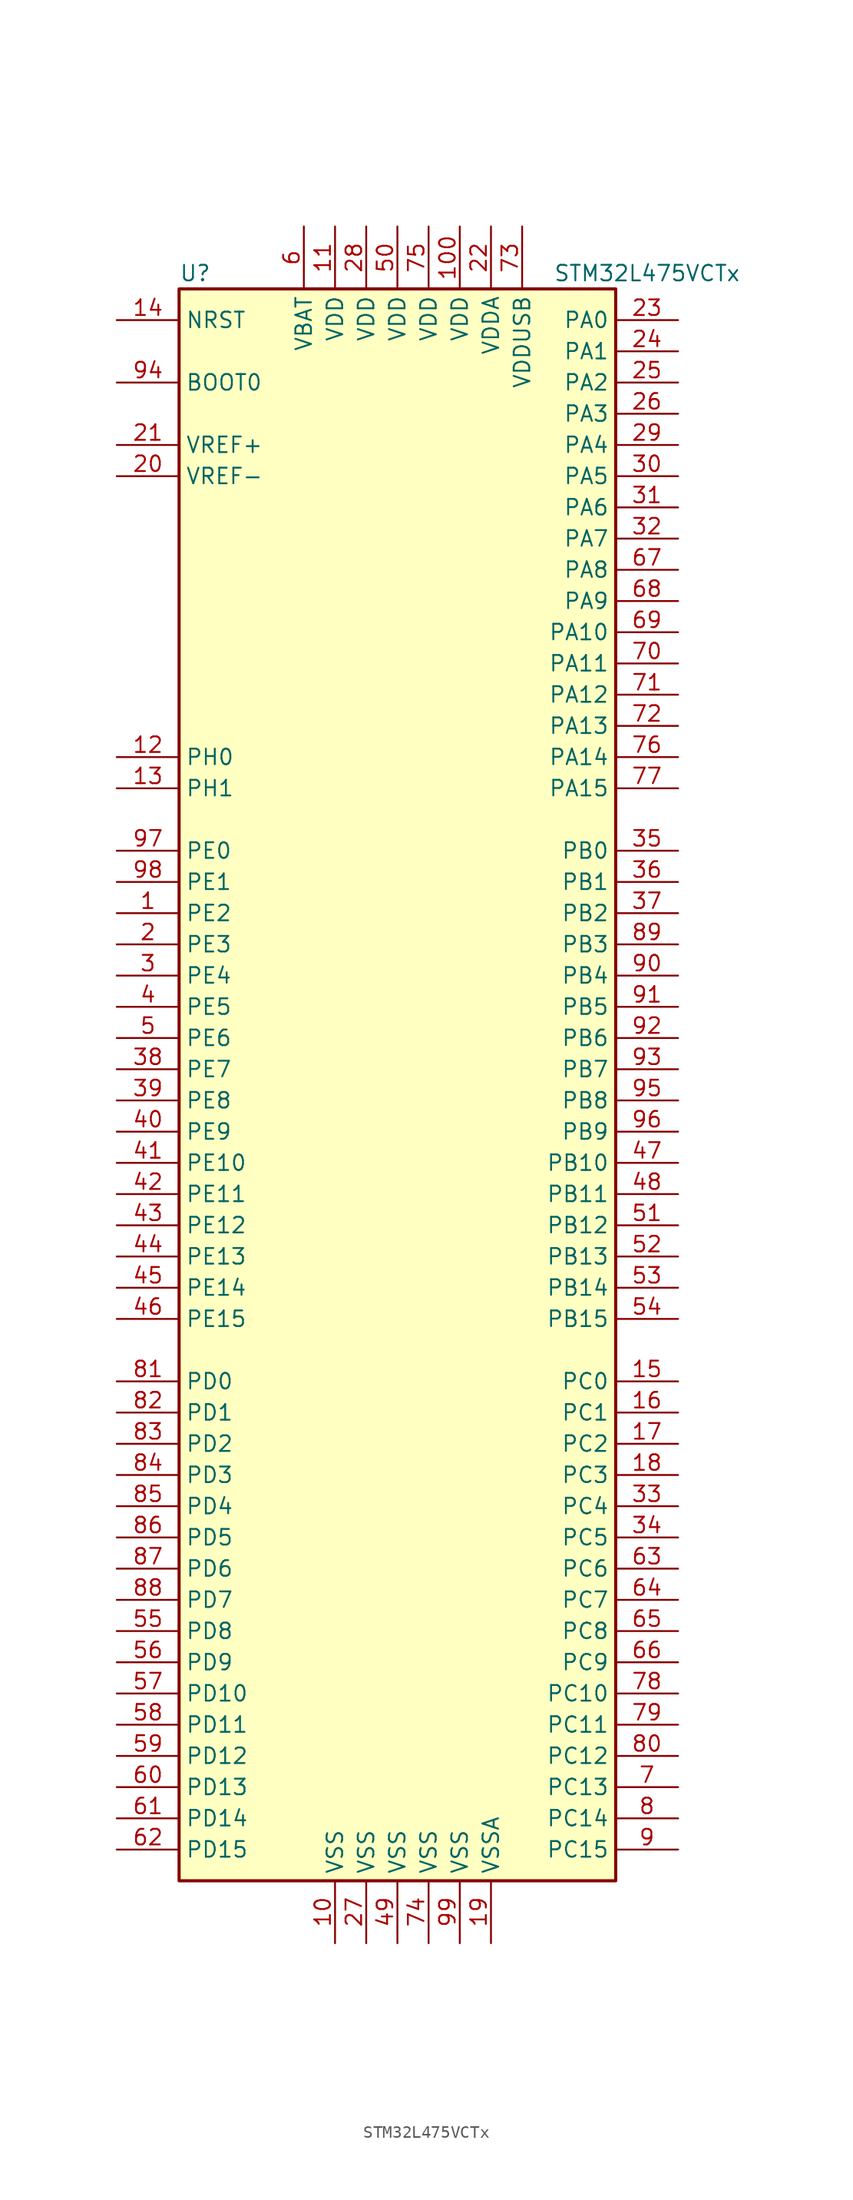
<source format=kicad_sym>
(kicad_symbol_lib
  (version 20201005)
  (generator kicad_symbol_editor)
  (symbol "STM32L475VCTx"
    (property "Reference" "U"
      (at -17.78 64.77 0)
      (effects (font (size 1.27 1.27)) (justify left)))
    (property "Value" "STM32L475VCTx"
      (at 12.7 64.77 0)
      (effects (font (size 1.27 1.27)) (justify left)))
    (symbol "STM32L475VCTx_0_1"
      (rectangle (start -17.78 -66.04) (end 17.78 63.5) (stroke (width 0.254)) (fill (type background))))
    (symbol "STM32L475VCTx_1_1"
      (pin bidirectional line (at -22.86 12.7 0) (length 5.08) (name "PE2" (effects (font (size 1.27 1.27)))) (number "1" (effects (font (size 1.27 1.27)))))
      (pin power_in line (at -5.08 -71.12 90) (length 5.08) (name "VSS" (effects (font (size 1.27 1.27)))) (number "10" (effects (font (size 1.27 1.27)))))
      (pin power_in line (at 5.08 68.58 270) (length 5.08) (name "VDD" (effects (font (size 1.27 1.27)))) (number "100" (effects (font (size 1.27 1.27)))))
      (pin power_in line (at -5.08 68.58 270) (length 5.08) (name "VDD" (effects (font (size 1.27 1.27)))) (number "11" (effects (font (size 1.27 1.27)))))
      (pin input line (at -22.86 25.4 0) (length 5.08) (name "PH0" (effects (font (size 1.27 1.27)))) (number "12" (effects (font (size 1.27 1.27)))))
      (pin input line (at -22.86 22.86 0) (length 5.08) (name "PH1" (effects (font (size 1.27 1.27)))) (number "13" (effects (font (size 1.27 1.27)))))
      (pin input line (at -22.86 60.96 0) (length 5.08) (name "NRST" (effects (font (size 1.27 1.27)))) (number "14" (effects (font (size 1.27 1.27)))))
      (pin bidirectional line (at 22.86 -25.4 180) (length 5.08) (name "PC0" (effects (font (size 1.27 1.27)))) (number "15" (effects (font (size 1.27 1.27)))))
      (pin bidirectional line (at 22.86 -27.94 180) (length 5.08) (name "PC1" (effects (font (size 1.27 1.27)))) (number "16" (effects (font (size 1.27 1.27)))))
      (pin bidirectional line (at 22.86 -30.48 180) (length 5.08) (name "PC2" (effects (font (size 1.27 1.27)))) (number "17" (effects (font (size 1.27 1.27)))))
      (pin bidirectional line (at 22.86 -33.02 180) (length 5.08) (name "PC3" (effects (font (size 1.27 1.27)))) (number "18" (effects (font (size 1.27 1.27)))))
      (pin power_in line (at 7.62 -71.12 90) (length 5.08) (name "VSSA" (effects (font (size 1.27 1.27)))) (number "19" (effects (font (size 1.27 1.27)))))
      (pin bidirectional line (at -22.86 10.16 0) (length 5.08) (name "PE3" (effects (font (size 1.27 1.27)))) (number "2" (effects (font (size 1.27 1.27)))))
      (pin power_in line (at -22.86 48.26 0) (length 5.08) (name "VREF-" (effects (font (size 1.27 1.27)))) (number "20" (effects (font (size 1.27 1.27)))))
      (pin bidirectional line (at -22.86 50.8 0) (length 5.08) (name "VREF+" (effects (font (size 1.27 1.27)))) (number "21" (effects (font (size 1.27 1.27)))))
      (pin power_in line (at 7.62 68.58 270) (length 5.08) (name "VDDA" (effects (font (size 1.27 1.27)))) (number "22" (effects (font (size 1.27 1.27)))))
      (pin bidirectional line (at 22.86 60.96 180) (length 5.08) (name "PA0" (effects (font (size 1.27 1.27)))) (number "23" (effects (font (size 1.27 1.27)))))
      (pin bidirectional line (at 22.86 58.42 180) (length 5.08) (name "PA1" (effects (font (size 1.27 1.27)))) (number "24" (effects (font (size 1.27 1.27)))))
      (pin bidirectional line (at 22.86 55.88 180) (length 5.08) (name "PA2" (effects (font (size 1.27 1.27)))) (number "25" (effects (font (size 1.27 1.27)))))
      (pin bidirectional line (at 22.86 53.34 180) (length 5.08) (name "PA3" (effects (font (size 1.27 1.27)))) (number "26" (effects (font (size 1.27 1.27)))))
      (pin power_in line (at -2.54 -71.12 90) (length 5.08) (name "VSS" (effects (font (size 1.27 1.27)))) (number "27" (effects (font (size 1.27 1.27)))))
      (pin power_in line (at -2.54 68.58 270) (length 5.08) (name "VDD" (effects (font (size 1.27 1.27)))) (number "28" (effects (font (size 1.27 1.27)))))
      (pin bidirectional line (at 22.86 50.8 180) (length 5.08) (name "PA4" (effects (font (size 1.27 1.27)))) (number "29" (effects (font (size 1.27 1.27)))))
      (pin bidirectional line (at -22.86 7.62 0) (length 5.08) (name "PE4" (effects (font (size 1.27 1.27)))) (number "3" (effects (font (size 1.27 1.27)))))
      (pin bidirectional line (at 22.86 48.26 180) (length 5.08) (name "PA5" (effects (font (size 1.27 1.27)))) (number "30" (effects (font (size 1.27 1.27)))))
      (pin bidirectional line (at 22.86 45.72 180) (length 5.08) (name "PA6" (effects (font (size 1.27 1.27)))) (number "31" (effects (font (size 1.27 1.27)))))
      (pin bidirectional line (at 22.86 43.18 180) (length 5.08) (name "PA7" (effects (font (size 1.27 1.27)))) (number "32" (effects (font (size 1.27 1.27)))))
      (pin bidirectional line (at 22.86 -35.56 180) (length 5.08) (name "PC4" (effects (font (size 1.27 1.27)))) (number "33" (effects (font (size 1.27 1.27)))))
      (pin bidirectional line (at 22.86 -38.1 180) (length 5.08) (name "PC5" (effects (font (size 1.27 1.27)))) (number "34" (effects (font (size 1.27 1.27)))))
      (pin bidirectional line (at 22.86 17.78 180) (length 5.08) (name "PB0" (effects (font (size 1.27 1.27)))) (number "35" (effects (font (size 1.27 1.27)))))
      (pin bidirectional line (at 22.86 15.24 180) (length 5.08) (name "PB1" (effects (font (size 1.27 1.27)))) (number "36" (effects (font (size 1.27 1.27)))))
      (pin bidirectional line (at 22.86 12.7 180) (length 5.08) (name "PB2" (effects (font (size 1.27 1.27)))) (number "37" (effects (font (size 1.27 1.27)))))
      (pin bidirectional line (at -22.86 0 0) (length 5.08) (name "PE7" (effects (font (size 1.27 1.27)))) (number "38" (effects (font (size 1.27 1.27)))))
      (pin bidirectional line (at -22.86 -2.54 0) (length 5.08) (name "PE8" (effects (font (size 1.27 1.27)))) (number "39" (effects (font (size 1.27 1.27)))))
      (pin bidirectional line (at -22.86 5.08 0) (length 5.08) (name "PE5" (effects (font (size 1.27 1.27)))) (number "4" (effects (font (size 1.27 1.27)))))
      (pin bidirectional line (at -22.86 -5.08 0) (length 5.08) (name "PE9" (effects (font (size 1.27 1.27)))) (number "40" (effects (font (size 1.27 1.27)))))
      (pin bidirectional line (at -22.86 -7.62 0) (length 5.08) (name "PE10" (effects (font (size 1.27 1.27)))) (number "41" (effects (font (size 1.27 1.27)))))
      (pin bidirectional line (at -22.86 -10.16 0) (length 5.08) (name "PE11" (effects (font (size 1.27 1.27)))) (number "42" (effects (font (size 1.27 1.27)))))
      (pin bidirectional line (at -22.86 -12.7 0) (length 5.08) (name "PE12" (effects (font (size 1.27 1.27)))) (number "43" (effects (font (size 1.27 1.27)))))
      (pin bidirectional line (at -22.86 -15.24 0) (length 5.08) (name "PE13" (effects (font (size 1.27 1.27)))) (number "44" (effects (font (size 1.27 1.27)))))
      (pin bidirectional line (at -22.86 -17.78 0) (length 5.08) (name "PE14" (effects (font (size 1.27 1.27)))) (number "45" (effects (font (size 1.27 1.27)))))
      (pin bidirectional line (at -22.86 -20.32 0) (length 5.08) (name "PE15" (effects (font (size 1.27 1.27)))) (number "46" (effects (font (size 1.27 1.27)))))
      (pin bidirectional line (at 22.86 -7.62 180) (length 5.08) (name "PB10" (effects (font (size 1.27 1.27)))) (number "47" (effects (font (size 1.27 1.27)))))
      (pin bidirectional line (at 22.86 -10.16 180) (length 5.08) (name "PB11" (effects (font (size 1.27 1.27)))) (number "48" (effects (font (size 1.27 1.27)))))
      (pin power_in line (at 0 -71.12 90) (length 5.08) (name "VSS" (effects (font (size 1.27 1.27)))) (number "49" (effects (font (size 1.27 1.27)))))
      (pin bidirectional line (at -22.86 2.54 0) (length 5.08) (name "PE6" (effects (font (size 1.27 1.27)))) (number "5" (effects (font (size 1.27 1.27)))))
      (pin power_in line (at 0 68.58 270) (length 5.08) (name "VDD" (effects (font (size 1.27 1.27)))) (number "50" (effects (font (size 1.27 1.27)))))
      (pin bidirectional line (at 22.86 -12.7 180) (length 5.08) (name "PB12" (effects (font (size 1.27 1.27)))) (number "51" (effects (font (size 1.27 1.27)))))
      (pin bidirectional line (at 22.86 -15.24 180) (length 5.08) (name "PB13" (effects (font (size 1.27 1.27)))) (number "52" (effects (font (size 1.27 1.27)))))
      (pin bidirectional line (at 22.86 -17.78 180) (length 5.08) (name "PB14" (effects (font (size 1.27 1.27)))) (number "53" (effects (font (size 1.27 1.27)))))
      (pin bidirectional line (at 22.86 -20.32 180) (length 5.08) (name "PB15" (effects (font (size 1.27 1.27)))) (number "54" (effects (font (size 1.27 1.27)))))
      (pin bidirectional line (at -22.86 -45.72 0) (length 5.08) (name "PD8" (effects (font (size 1.27 1.27)))) (number "55" (effects (font (size 1.27 1.27)))))
      (pin bidirectional line (at -22.86 -48.26 0) (length 5.08) (name "PD9" (effects (font (size 1.27 1.27)))) (number "56" (effects (font (size 1.27 1.27)))))
      (pin bidirectional line (at -22.86 -50.8 0) (length 5.08) (name "PD10" (effects (font (size 1.27 1.27)))) (number "57" (effects (font (size 1.27 1.27)))))
      (pin bidirectional line (at -22.86 -53.34 0) (length 5.08) (name "PD11" (effects (font (size 1.27 1.27)))) (number "58" (effects (font (size 1.27 1.27)))))
      (pin bidirectional line (at -22.86 -55.88 0) (length 5.08) (name "PD12" (effects (font (size 1.27 1.27)))) (number "59" (effects (font (size 1.27 1.27)))))
      (pin power_in line (at -7.62 68.58 270) (length 5.08) (name "VBAT" (effects (font (size 1.27 1.27)))) (number "6" (effects (font (size 1.27 1.27)))))
      (pin bidirectional line (at -22.86 -58.42 0) (length 5.08) (name "PD13" (effects (font (size 1.27 1.27)))) (number "60" (effects (font (size 1.27 1.27)))))
      (pin bidirectional line (at -22.86 -60.96 0) (length 5.08) (name "PD14" (effects (font (size 1.27 1.27)))) (number "61" (effects (font (size 1.27 1.27)))))
      (pin bidirectional line (at -22.86 -63.5 0) (length 5.08) (name "PD15" (effects (font (size 1.27 1.27)))) (number "62" (effects (font (size 1.27 1.27)))))
      (pin bidirectional line (at 22.86 -40.64 180) (length 5.08) (name "PC6" (effects (font (size 1.27 1.27)))) (number "63" (effects (font (size 1.27 1.27)))))
      (pin bidirectional line (at 22.86 -43.18 180) (length 5.08) (name "PC7" (effects (font (size 1.27 1.27)))) (number "64" (effects (font (size 1.27 1.27)))))
      (pin bidirectional line (at 22.86 -45.72 180) (length 5.08) (name "PC8" (effects (font (size 1.27 1.27)))) (number "65" (effects (font (size 1.27 1.27)))))
      (pin bidirectional line (at 22.86 -48.26 180) (length 5.08) (name "PC9" (effects (font (size 1.27 1.27)))) (number "66" (effects (font (size 1.27 1.27)))))
      (pin bidirectional line (at 22.86 40.64 180) (length 5.08) (name "PA8" (effects (font (size 1.27 1.27)))) (number "67" (effects (font (size 1.27 1.27)))))
      (pin bidirectional line (at 22.86 38.1 180) (length 5.08) (name "PA9" (effects (font (size 1.27 1.27)))) (number "68" (effects (font (size 1.27 1.27)))))
      (pin bidirectional line (at 22.86 35.56 180) (length 5.08) (name "PA10" (effects (font (size 1.27 1.27)))) (number "69" (effects (font (size 1.27 1.27)))))
      (pin bidirectional line (at 22.86 -58.42 180) (length 5.08) (name "PC13" (effects (font (size 1.27 1.27)))) (number "7" (effects (font (size 1.27 1.27)))))
      (pin bidirectional line (at 22.86 33.02 180) (length 5.08) (name "PA11" (effects (font (size 1.27 1.27)))) (number "70" (effects (font (size 1.27 1.27)))))
      (pin bidirectional line (at 22.86 30.48 180) (length 5.08) (name "PA12" (effects (font (size 1.27 1.27)))) (number "71" (effects (font (size 1.27 1.27)))))
      (pin bidirectional line (at 22.86 27.94 180) (length 5.08) (name "PA13" (effects (font (size 1.27 1.27)))) (number "72" (effects (font (size 1.27 1.27)))))
      (pin power_in line (at 10.16 68.58 270) (length 5.08) (name "VDDUSB" (effects (font (size 1.27 1.27)))) (number "73" (effects (font (size 1.27 1.27)))))
      (pin power_in line (at 2.54 -71.12 90) (length 5.08) (name "VSS" (effects (font (size 1.27 1.27)))) (number "74" (effects (font (size 1.27 1.27)))))
      (pin power_in line (at 2.54 68.58 270) (length 5.08) (name "VDD" (effects (font (size 1.27 1.27)))) (number "75" (effects (font (size 1.27 1.27)))))
      (pin bidirectional line (at 22.86 25.4 180) (length 5.08) (name "PA14" (effects (font (size 1.27 1.27)))) (number "76" (effects (font (size 1.27 1.27)))))
      (pin bidirectional line (at 22.86 22.86 180) (length 5.08) (name "PA15" (effects (font (size 1.27 1.27)))) (number "77" (effects (font (size 1.27 1.27)))))
      (pin bidirectional line (at 22.86 -50.8 180) (length 5.08) (name "PC10" (effects (font (size 1.27 1.27)))) (number "78" (effects (font (size 1.27 1.27)))))
      (pin bidirectional line (at 22.86 -53.34 180) (length 5.08) (name "PC11" (effects (font (size 1.27 1.27)))) (number "79" (effects (font (size 1.27 1.27)))))
      (pin bidirectional line (at 22.86 -60.96 180) (length 5.08) (name "PC14" (effects (font (size 1.27 1.27)))) (number "8" (effects (font (size 1.27 1.27)))))
      (pin bidirectional line (at 22.86 -55.88 180) (length 5.08) (name "PC12" (effects (font (size 1.27 1.27)))) (number "80" (effects (font (size 1.27 1.27)))))
      (pin bidirectional line (at -22.86 -25.4 0) (length 5.08) (name "PD0" (effects (font (size 1.27 1.27)))) (number "81" (effects (font (size 1.27 1.27)))))
      (pin bidirectional line (at -22.86 -27.94 0) (length 5.08) (name "PD1" (effects (font (size 1.27 1.27)))) (number "82" (effects (font (size 1.27 1.27)))))
      (pin bidirectional line (at -22.86 -30.48 0) (length 5.08) (name "PD2" (effects (font (size 1.27 1.27)))) (number "83" (effects (font (size 1.27 1.27)))))
      (pin bidirectional line (at -22.86 -33.02 0) (length 5.08) (name "PD3" (effects (font (size 1.27 1.27)))) (number "84" (effects (font (size 1.27 1.27)))))
      (pin bidirectional line (at -22.86 -35.56 0) (length 5.08) (name "PD4" (effects (font (size 1.27 1.27)))) (number "85" (effects (font (size 1.27 1.27)))))
      (pin bidirectional line (at -22.86 -38.1 0) (length 5.08) (name "PD5" (effects (font (size 1.27 1.27)))) (number "86" (effects (font (size 1.27 1.27)))))
      (pin bidirectional line (at -22.86 -40.64 0) (length 5.08) (name "PD6" (effects (font (size 1.27 1.27)))) (number "87" (effects (font (size 1.27 1.27)))))
      (pin bidirectional line (at -22.86 -43.18 0) (length 5.08) (name "PD7" (effects (font (size 1.27 1.27)))) (number "88" (effects (font (size 1.27 1.27)))))
      (pin bidirectional line (at 22.86 10.16 180) (length 5.08) (name "PB3" (effects (font (size 1.27 1.27)))) (number "89" (effects (font (size 1.27 1.27)))))
      (pin bidirectional line (at 22.86 -63.5 180) (length 5.08) (name "PC15" (effects (font (size 1.27 1.27)))) (number "9" (effects (font (size 1.27 1.27)))))
      (pin bidirectional line (at 22.86 7.62 180) (length 5.08) (name "PB4" (effects (font (size 1.27 1.27)))) (number "90" (effects (font (size 1.27 1.27)))))
      (pin bidirectional line (at 22.86 5.08 180) (length 5.08) (name "PB5" (effects (font (size 1.27 1.27)))) (number "91" (effects (font (size 1.27 1.27)))))
      (pin bidirectional line (at 22.86 2.54 180) (length 5.08) (name "PB6" (effects (font (size 1.27 1.27)))) (number "92" (effects (font (size 1.27 1.27)))))
      (pin bidirectional line (at 22.86 0 180) (length 5.08) (name "PB7" (effects (font (size 1.27 1.27)))) (number "93" (effects (font (size 1.27 1.27)))))
      (pin input line (at -22.86 55.88 0) (length 5.08) (name "BOOT0" (effects (font (size 1.27 1.27)))) (number "94" (effects (font (size 1.27 1.27)))))
      (pin bidirectional line (at 22.86 -2.54 180) (length 5.08) (name "PB8" (effects (font (size 1.27 1.27)))) (number "95" (effects (font (size 1.27 1.27)))))
      (pin bidirectional line (at 22.86 -5.08 180) (length 5.08) (name "PB9" (effects (font (size 1.27 1.27)))) (number "96" (effects (font (size 1.27 1.27)))))
      (pin bidirectional line (at -22.86 17.78 0) (length 5.08) (name "PE0" (effects (font (size 1.27 1.27)))) (number "97" (effects (font (size 1.27 1.27)))))
      (pin bidirectional line (at -22.86 15.24 0) (length 5.08) (name "PE1" (effects (font (size 1.27 1.27)))) (number "98" (effects (font (size 1.27 1.27)))))
      (pin power_in line (at 5.08 -71.12 90) (length 5.08) (name "VSS" (effects (font (size 1.27 1.27)))) (number "99" (effects (font (size 1.27 1.27))))))))
</source>
